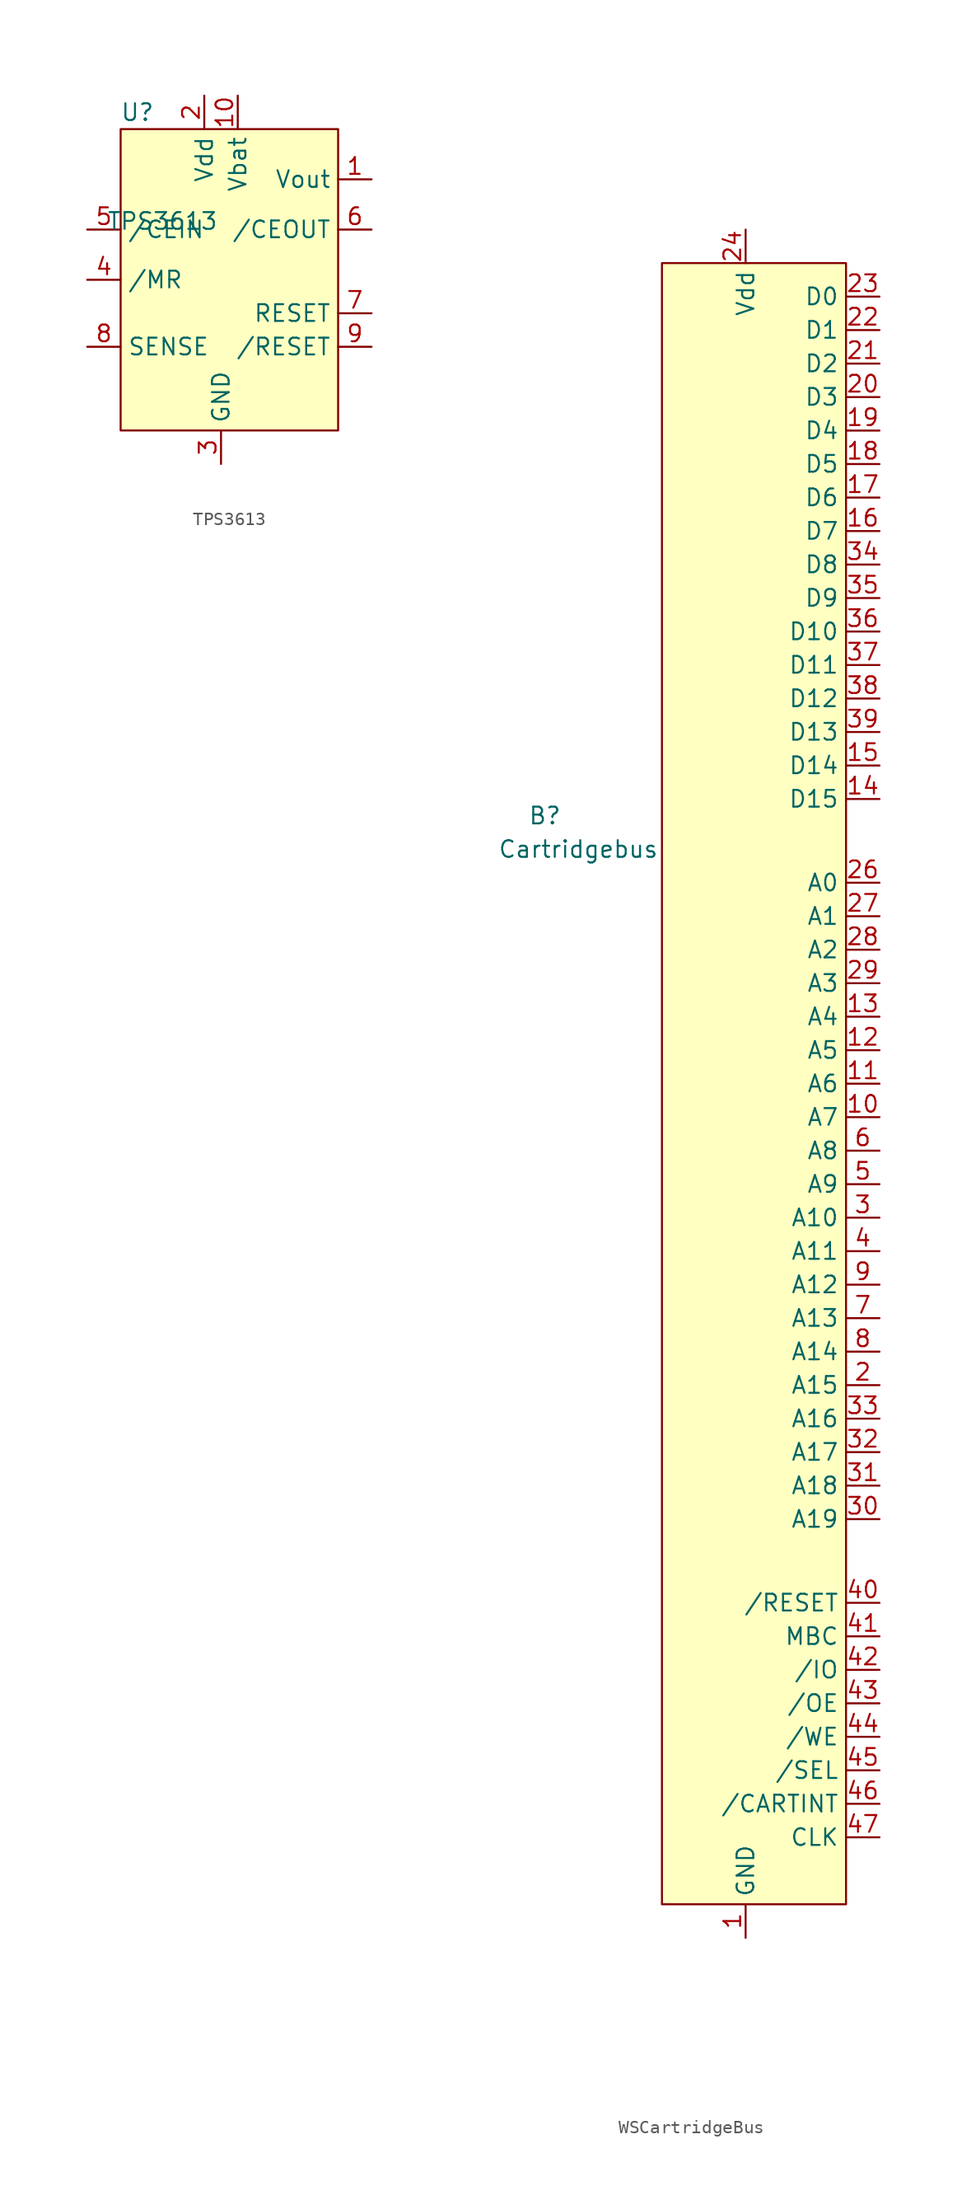
<source format=kicad_sym>
(kicad_symbol_lib
  (version 20220914)
  (generator kicad_symbol_editor)
  (symbol "TPS3613"
    (property "Reference" "U"
      (at -1.27 5.08 0)
      (effects (font (size 1.27 1.27))))
    (property "Value" "TPS3613"
      (at 0.635 -3.175 0)
      (effects (font (size 1.27 1.27))))
    (symbol "TPS3613_0_0"
      (pin power_out line (at 16.51 0 180) (length 2.54) (name "Vout" (effects (font (size 1.27 1.27)))) (number "1" (effects (font (size 1.27 1.27)))))
      (pin power_in line (at 6.35 6.35 270) (length 2.54) (name "Vbat" (effects (font (size 1.27 1.27)))) (number "10" (effects (font (size 1.27 1.27)))))
      (pin power_in line (at 3.81 6.35 270) (length 2.54) (name "Vdd" (effects (font (size 1.27 1.27)))) (number "2" (effects (font (size 1.27 1.27)))))
      (pin power_in line (at 5.08 -21.59 90) (length 2.54) (name "GND" (effects (font (size 1.27 1.27)))) (number "3" (effects (font (size 1.27 1.27)))))
      (pin input line (at -5.08 -7.62 0) (length 2.54) (name "/MR" (effects (font (size 1.27 1.27)))) (number "4" (effects (font (size 1.27 1.27)))))
      (pin input line (at -5.08 -3.81 0) (length 2.54) (name "/CEIN" (effects (font (size 1.27 1.27)))) (number "5" (effects (font (size 1.27 1.27)))))
      (pin output line (at 16.51 -3.81 180) (length 2.54) (name "/CEOUT" (effects (font (size 1.27 1.27)))) (number "6" (effects (font (size 1.27 1.27)))))
      (pin output line (at 16.51 -10.16 180) (length 2.54) (name "RESET" (effects (font (size 1.27 1.27)))) (number "7" (effects (font (size 1.27 1.27)))))
      (pin input line (at -5.08 -12.7 0) (length 2.54) (name "SENSE" (effects (font (size 1.27 1.27)))) (number "8" (effects (font (size 1.27 1.27)))))
      (pin output line (at 16.51 -12.7 180) (length 2.54) (name "/RESET" (effects (font (size 1.27 1.27)))) (number "9" (effects (font (size 1.27 1.27))))))
    (symbol "TPS3613_1_1"
      (rectangle (start -2.54 3.81) (end 13.97 -19.05) (stroke (width 0) (type default)) (fill (type background)))))
  (symbol "WSCartridgeBus"
    (property "Reference" "B"
      (at -17.78 17.78 0)
      (effects (font (size 1.27 1.27))))
    (property "Value" "Cartridgebus"
      (at -15.24 15.24 0)
      (effects (font (size 1.27 1.27))))
    (symbol "WSCartridgeBus_0_1"
      (rectangle (start -8.89 59.69) (end 5.08 -64.77) (stroke (width 0) (type default)) (fill (type background))))
    (symbol "WSCartridgeBus_1_1"
      (pin power_out line (at -2.54 -67.31 90) (length 2.54) (name "GND" (effects (font (size 1.27 1.27)))) (number "1" (effects (font (size 1.27 1.27)))))
      (pin output line (at 7.62 -5.08 180) (length 2.54) (name "A7" (effects (font (size 1.27 1.27)))) (number "10" (effects (font (size 1.27 1.27)))))
      (pin output line (at 7.62 -2.54 180) (length 2.54) (name "A6" (effects (font (size 1.27 1.27)))) (number "11" (effects (font (size 1.27 1.27)))))
      (pin output line (at 7.62 0 180) (length 2.54) (name "A5" (effects (font (size 1.27 1.27)))) (number "12" (effects (font (size 1.27 1.27)))))
      (pin output line (at 7.62 2.54 180) (length 2.54) (name "A4" (effects (font (size 1.27 1.27)))) (number "13" (effects (font (size 1.27 1.27)))))
      (pin bidirectional line (at 7.62 19.05 180) (length 2.54) (name "D15" (effects (font (size 1.27 1.27)))) (number "14" (effects (font (size 1.27 1.27)))))
      (pin bidirectional line (at 7.62 21.59 180) (length 2.54) (name "D14" (effects (font (size 1.27 1.27)))) (number "15" (effects (font (size 1.27 1.27)))))
      (pin bidirectional line (at 7.62 39.37 180) (length 2.54) (name "D7" (effects (font (size 1.27 1.27)))) (number "16" (effects (font (size 1.27 1.27)))))
      (pin bidirectional line (at 7.62 41.91 180) (length 2.54) (name "D6" (effects (font (size 1.27 1.27)))) (number "17" (effects (font (size 1.27 1.27)))))
      (pin bidirectional line (at 7.62 44.45 180) (length 2.54) (name "D5" (effects (font (size 1.27 1.27)))) (number "18" (effects (font (size 1.27 1.27)))))
      (pin bidirectional line (at 7.62 46.99 180) (length 2.54) (name "D4" (effects (font (size 1.27 1.27)))) (number "19" (effects (font (size 1.27 1.27)))))
      (pin output line (at 7.62 -25.4 180) (length 2.54) (name "A15" (effects (font (size 1.27 1.27)))) (number "2" (effects (font (size 1.27 1.27)))))
      (pin bidirectional line (at 7.62 49.53 180) (length 2.54) (name "D3" (effects (font (size 1.27 1.27)))) (number "20" (effects (font (size 1.27 1.27)))))
      (pin bidirectional line (at 7.62 52.07 180) (length 2.54) (name "D2" (effects (font (size 1.27 1.27)))) (number "21" (effects (font (size 1.27 1.27)))))
      (pin bidirectional line (at 7.62 54.61 180) (length 2.54) (name "D1" (effects (font (size 1.27 1.27)))) (number "22" (effects (font (size 1.27 1.27)))))
      (pin bidirectional line (at 7.62 57.15 180) (length 2.54) (name "D0" (effects (font (size 1.27 1.27)))) (number "23" (effects (font (size 1.27 1.27)))))
      (pin power_out line (at -2.54 62.23 270) (length 2.54) (name "Vdd" (effects (font (size 1.27 1.27)))) (number "24" (effects (font (size 1.27 1.27)))))
      (pin passive line (at -2.54 62.23 270) (length 2.54) hide (name "Vdd" (effects (font (size 1.27 1.27)))) (number "25" (effects (font (size 1.27 1.27)))))
      (pin output line (at 7.62 12.7 180) (length 2.54) (name "A0" (effects (font (size 1.27 1.27)))) (number "26" (effects (font (size 1.27 1.27)))))
      (pin output line (at 7.62 10.16 180) (length 2.54) (name "A1" (effects (font (size 1.27 1.27)))) (number "27" (effects (font (size 1.27 1.27)))))
      (pin output line (at 7.62 7.62 180) (length 2.54) (name "A2" (effects (font (size 1.27 1.27)))) (number "28" (effects (font (size 1.27 1.27)))))
      (pin output line (at 7.62 5.08 180) (length 2.54) (name "A3" (effects (font (size 1.27 1.27)))) (number "29" (effects (font (size 1.27 1.27)))))
      (pin output line (at 7.62 -12.7 180) (length 2.54) (name "A10" (effects (font (size 1.27 1.27)))) (number "3" (effects (font (size 1.27 1.27)))))
      (pin output line (at 7.62 -35.56 180) (length 2.54) (name "A19" (effects (font (size 1.27 1.27)))) (number "30" (effects (font (size 1.27 1.27)))))
      (pin output line (at 7.62 -33.02 180) (length 2.54) (name "A18" (effects (font (size 1.27 1.27)))) (number "31" (effects (font (size 1.27 1.27)))))
      (pin output line (at 7.62 -30.48 180) (length 2.54) (name "A17" (effects (font (size 1.27 1.27)))) (number "32" (effects (font (size 1.27 1.27)))))
      (pin output line (at 7.62 -27.94 180) (length 2.54) (name "A16" (effects (font (size 1.27 1.27)))) (number "33" (effects (font (size 1.27 1.27)))))
      (pin bidirectional line (at 7.62 36.83 180) (length 2.54) (name "D8" (effects (font (size 1.27 1.27)))) (number "34" (effects (font (size 1.27 1.27)))))
      (pin bidirectional line (at 7.62 34.29 180) (length 2.54) (name "D9" (effects (font (size 1.27 1.27)))) (number "35" (effects (font (size 1.27 1.27)))))
      (pin bidirectional line (at 7.62 31.75 180) (length 2.54) (name "D10" (effects (font (size 1.27 1.27)))) (number "36" (effects (font (size 1.27 1.27)))))
      (pin bidirectional line (at 7.62 29.21 180) (length 2.54) (name "D11" (effects (font (size 1.27 1.27)))) (number "37" (effects (font (size 1.27 1.27)))))
      (pin bidirectional line (at 7.62 26.67 180) (length 2.54) (name "D12" (effects (font (size 1.27 1.27)))) (number "38" (effects (font (size 1.27 1.27)))))
      (pin bidirectional line (at 7.62 24.13 180) (length 2.54) (name "D13" (effects (font (size 1.27 1.27)))) (number "39" (effects (font (size 1.27 1.27)))))
      (pin output line (at 7.62 -15.24 180) (length 2.54) (name "A11" (effects (font (size 1.27 1.27)))) (number "4" (effects (font (size 1.27 1.27)))))
      (pin output line (at 7.62 -41.91 180) (length 2.54) (name "/RESET" (effects (font (size 1.27 1.27)))) (number "40" (effects (font (size 1.27 1.27)))))
      (pin output line (at 7.62 -44.45 180) (length 2.54) (name "MBC" (effects (font (size 1.27 1.27)))) (number "41" (effects (font (size 1.27 1.27)))))
      (pin output line (at 7.62 -46.99 180) (length 2.54) (name "/IO" (effects (font (size 1.27 1.27)))) (number "42" (effects (font (size 1.27 1.27)))))
      (pin output line (at 7.62 -49.53 180) (length 2.54) (name "/OE" (effects (font (size 1.27 1.27)))) (number "43" (effects (font (size 1.27 1.27)))))
      (pin output line (at 7.62 -52.07 180) (length 2.54) (name "/WE" (effects (font (size 1.27 1.27)))) (number "44" (effects (font (size 1.27 1.27)))))
      (pin input line (at 7.62 -54.61 180) (length 2.54) (name "/SEL" (effects (font (size 1.27 1.27)))) (number "45" (effects (font (size 1.27 1.27)))))
      (pin input line (at 7.62 -57.15 180) (length 2.54) (name "/CARTINT" (effects (font (size 1.27 1.27)))) (number "46" (effects (font (size 1.27 1.27)))))
      (pin output line (at 7.62 -59.69 180) (length 2.54) (name "CLK" (effects (font (size 1.27 1.27)))) (number "47" (effects (font (size 1.27 1.27)))))
      (pin passive line (at -2.54 -67.31 90) (length 2.54) hide (name "GND" (effects (font (size 1.27 1.27)))) (number "48" (effects (font (size 1.27 1.27)))))
      (pin output line (at 7.62 -10.16 180) (length 2.54) (name "A9" (effects (font (size 1.27 1.27)))) (number "5" (effects (font (size 1.27 1.27)))))
      (pin output line (at 7.62 -7.62 180) (length 2.54) (name "A8" (effects (font (size 1.27 1.27)))) (number "6" (effects (font (size 1.27 1.27)))))
      (pin output line (at 7.62 -20.32 180) (length 2.54) (name "A13" (effects (font (size 1.27 1.27)))) (number "7" (effects (font (size 1.27 1.27)))))
      (pin output line (at 7.62 -22.86 180) (length 2.54) (name "A14" (effects (font (size 1.27 1.27)))) (number "8" (effects (font (size 1.27 1.27)))))
      (pin output line (at 7.62 -17.78 180) (length 2.54) (name "A12" (effects (font (size 1.27 1.27)))) (number "9" (effects (font (size 1.27 1.27))))))))
</source>
